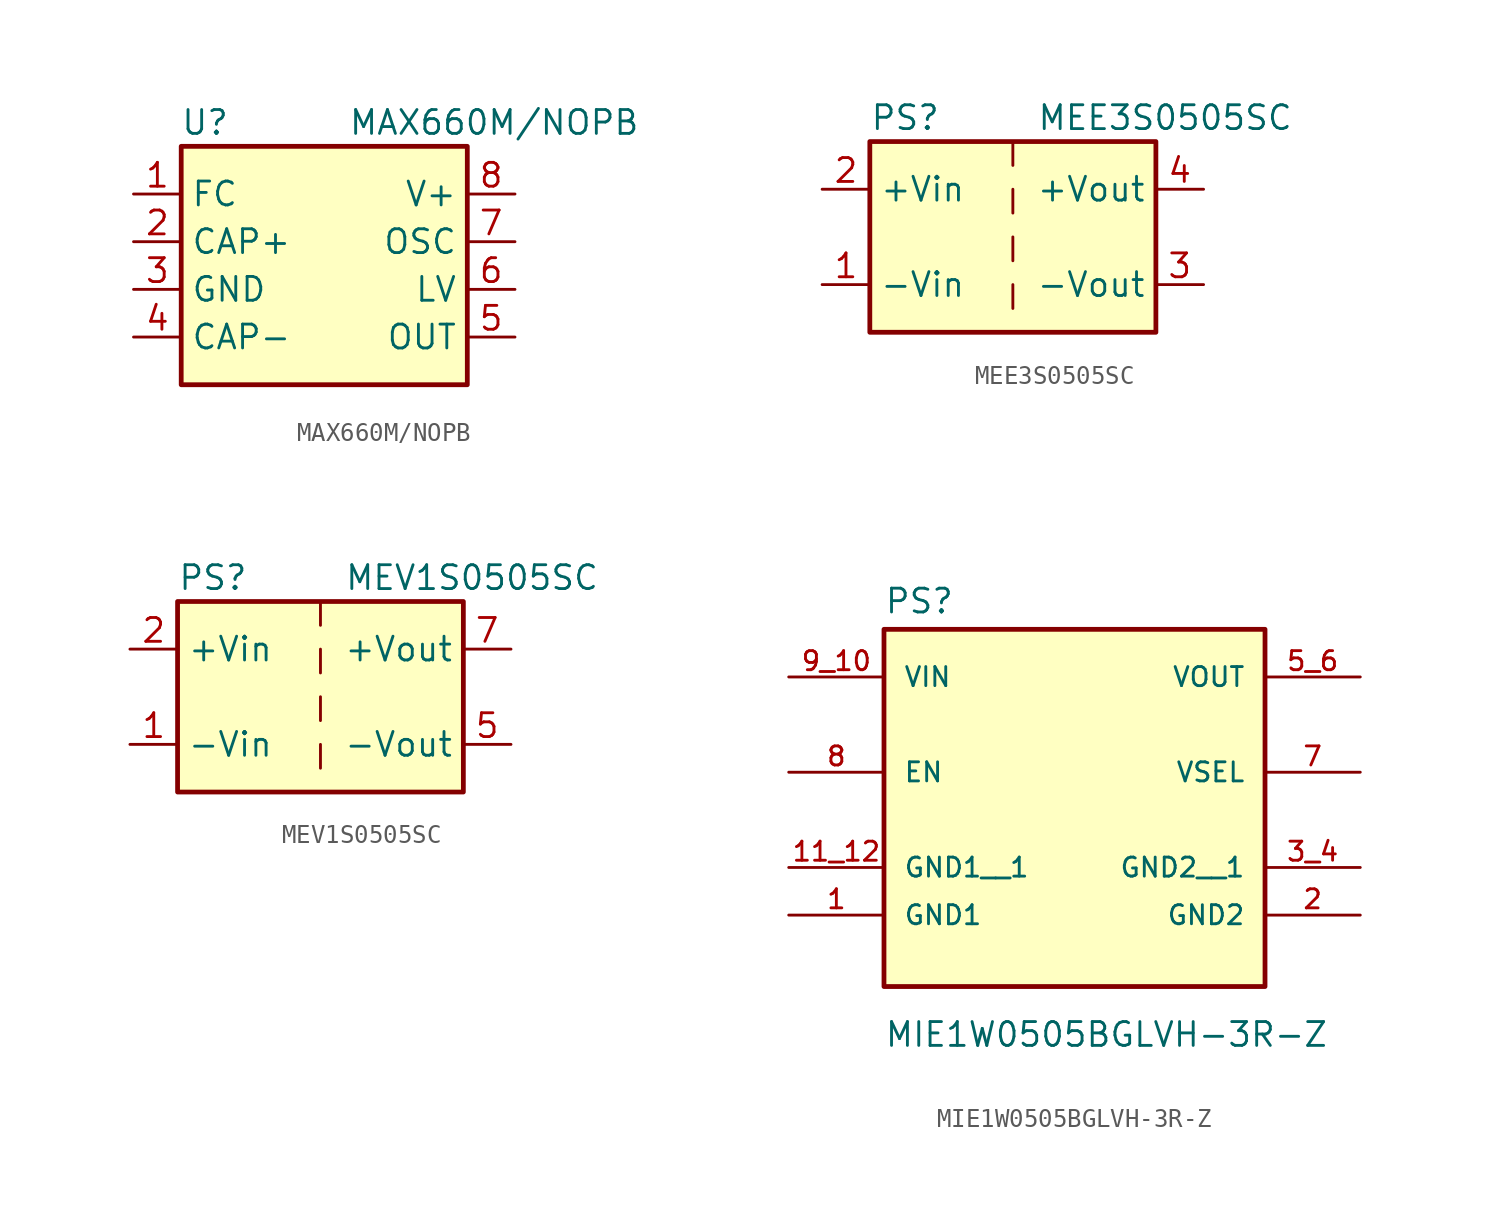
<source format=kicad_sym>
(kicad_symbol_lib
  (version 20241209)
  (generator "kicad_symbol_editor")
  (generator_version "9.0")
  (symbol "MAX660M/NOPB"
    (property "Reference" "U"
      (at -6.35 6.35 0)
      (effects (font (size 1.27 1.27))))
    (property "Value" "MAX660M/NOPB"
      (at 1.27 6.35 0)
      (effects (font (size 1.27 1.27)) (justify left)))
    (symbol "MAX660M/NOPB_0_1"
      (rectangle (start -7.62 5.08) (end 7.62 -7.62) (stroke (width 0.254) (type default)) (fill (type background))))
    (symbol "MAX660M/NOPB_1_1"
      (pin passive line (at -10.16 2.54 0) (length 2.54) (name "FC" (effects (font (size 1.27 1.27)))) (number "1" (effects (font (size 1.27 1.27)))))
      (pin passive line (at -10.16 0 0) (length 2.54) (name "CAP+" (effects (font (size 1.27 1.27)))) (number "2" (effects (font (size 1.27 1.27)))))
      (pin passive line (at -10.16 -2.54 0) (length 2.54) (name "GND" (effects (font (size 1.27 1.27)))) (number "3" (effects (font (size 1.27 1.27)))))
      (pin passive line (at -10.16 -5.08 0) (length 2.54) (name "CAP-" (effects (font (size 1.27 1.27)))) (number "4" (effects (font (size 1.27 1.27)))))
      (pin passive line (at 10.16 2.54 180) (length 2.54) (name "V+" (effects (font (size 1.27 1.27)))) (number "8" (effects (font (size 1.27 1.27)))))
      (pin passive line (at 10.16 0 180) (length 2.54) (name "OSC" (effects (font (size 1.27 1.27)))) (number "7" (effects (font (size 1.27 1.27)))))
      (pin passive line (at 10.16 -2.54 180) (length 2.54) (name "LV" (effects (font (size 1.27 1.27)))) (number "6" (effects (font (size 1.27 1.27)))))
      (pin passive line (at 10.16 -5.08 180) (length 2.54) (name "OUT" (effects (font (size 1.27 1.27)))) (number "5" (effects (font (size 1.27 1.27)))))))
  (symbol "MEE3S0505SC"
    (property "Reference" "PS"
      (at -7.62 6.35 0)
      (effects (font (size 1.27 1.27)) (justify left)))
    (property "Value" "MEE3S0505SC"
      (at 1.27 6.35 0)
      (effects (font (size 1.27 1.27)) (justify left)))
    (symbol "MEE3S0505SC_0_0"
      (pin power_in line (at -10.16 2.54 0) (length 2.54) (name "+Vin" (effects (font (size 1.27 1.27)))) (number "2" (effects (font (size 1.27 1.27)))))
      (pin power_in line (at -10.16 -2.54 0) (length 2.54) (name "-Vin" (effects (font (size 1.27 1.27)))) (number "1" (effects (font (size 1.27 1.27)))))
      (pin power_out line (at 10.16 2.54 180) (length 2.54) (name "+Vout" (effects (font (size 1.27 1.27)))) (number "4" (effects (font (size 1.27 1.27)))))
      (pin power_out line (at 10.16 -2.54 180) (length 2.54) (name "-Vout" (effects (font (size 1.27 1.27)))) (number "3" (effects (font (size 1.27 1.27))))))
    (symbol "MEE3S0505SC_0_1"
      (rectangle (start -7.62 5.08) (end 7.62 -5.08) (stroke (width 0.254) (type default)) (fill (type background)))
      (polyline (pts (xy 0 5.08) (xy 0 3.81)) (stroke (width 0) (type default)) (fill (type none)))
      (polyline (pts (xy 0 2.54) (xy 0 1.27)) (stroke (width 0) (type default)) (fill (type none)))
      (polyline (pts (xy 0 0) (xy 0 -1.27)) (stroke (width 0) (type default)) (fill (type none)))
      (polyline (pts (xy 0 -2.54) (xy 0 -3.81)) (stroke (width 0) (type default)) (fill (type none)))))
  (symbol "MEV1S0505SC"
    (property "Reference" "PS"
      (at -7.62 6.35 0)
      (effects (font (size 1.27 1.27)) (justify left)))
    (property "Value" "MEV1S0505SC"
      (at 1.27 6.35 0)
      (effects (font (size 1.27 1.27)) (justify left)))
    (symbol "MEV1S0505SC_0_0"
      (pin power_in line (at -10.16 2.54 0) (length 2.54) (name "+Vin" (effects (font (size 1.27 1.27)))) (number "2" (effects (font (size 1.27 1.27)))))
      (pin power_in line (at -10.16 -2.54 0) (length 2.54) (name "-Vin" (effects (font (size 1.27 1.27)))) (number "1" (effects (font (size 1.27 1.27))))))
    (symbol "MEV1S0505SC_0_1"
      (rectangle (start -7.62 5.08) (end 7.62 -5.08) (stroke (width 0.254) (type default)) (fill (type background)))
      (polyline (pts (xy 0 5.08) (xy 0 3.81)) (stroke (width 0) (type default)) (fill (type none)))
      (polyline (pts (xy 0 2.54) (xy 0 1.27)) (stroke (width 0) (type default)) (fill (type none)))
      (polyline (pts (xy 0 0) (xy 0 -1.27)) (stroke (width 0) (type default)) (fill (type none)))
      (polyline (pts (xy 0 -2.54) (xy 0 -3.81)) (stroke (width 0) (type default)) (fill (type none))))
    (symbol "MEV1S0505SC_1_0"
      (pin power_out line (at 10.16 2.54 180) (length 2.54) (name "+Vout" (effects (font (size 1.27 1.27)))) (number "7" (effects (font (size 1.27 1.27)))))
      (pin power_out line (at 10.16 -2.54 180) (length 2.54) (name "-Vout" (effects (font (size 1.27 1.27)))) (number "5" (effects (font (size 1.27 1.27)))))))
  (symbol "MIE1W0505BGLVH-3R-Z"
    (pin_names
      (offset 1.016))
    (property "Reference" "PS"
      (at -10.16 10.922 0)
      (effects (font (size 1.27 1.27)) (justify left bottom)))
    (property "Value" "MIE1W0505BGLVH-3R-Z"
      (at -10.16 -12.192 0)
      (effects (font (size 1.27 1.27)) (justify left bottom)))
    (symbol "MIE1W0505BGLVH-3R-Z_0_0"
      (rectangle (start -10.16 10.16) (end 10.16 -8.89) (stroke (width 0.254) (type default)) (fill (type background)))
      (pin input line (at -15.24 7.62 0) (length 5.08) (name "VIN" (effects (font (size 1.016 1.016)))) (number "9_10" (effects (font (size 1.016 1.016)))))
      (pin input line (at -15.24 2.54 0) (length 5.08) (name "EN" (effects (font (size 1.016 1.016)))) (number "8" (effects (font (size 1.016 1.016)))))
      (pin power_in line (at -15.24 -2.54 0) (length 5.08) (name "GND1__1" (effects (font (size 1.016 1.016)))) (number "11_12" (effects (font (size 1.016 1.016)))))
      (pin power_in line (at -15.24 -5.08 0) (length 5.08) (name "GND1" (effects (font (size 1.016 1.016)))) (number "1" (effects (font (size 1.016 1.016)))))
      (pin passive line (at 15.24 2.54 180) (length 5.08) (name "VSEL" (effects (font (size 1.016 1.016)))) (number "7" (effects (font (size 1.016 1.016)))))
      (pin power_in line (at 15.24 -2.54 180) (length 5.08) (name "GND2__1" (effects (font (size 1.016 1.016)))) (number "3_4" (effects (font (size 1.016 1.016)))))
      (pin power_in line (at 15.24 -5.08 180) (length 5.08) (name "GND2" (effects (font (size 1.016 1.016)))) (number "2" (effects (font (size 1.016 1.016))))))
    (symbol "MIE1W0505BGLVH-3R-Z_1_0"
      (pin passive line (at 15.24 7.62 180) (length 5.08) (name "VOUT" (effects (font (size 1.016 1.016)))) (number "5_6" (effects (font (size 1.016 1.016))))))))
</source>
